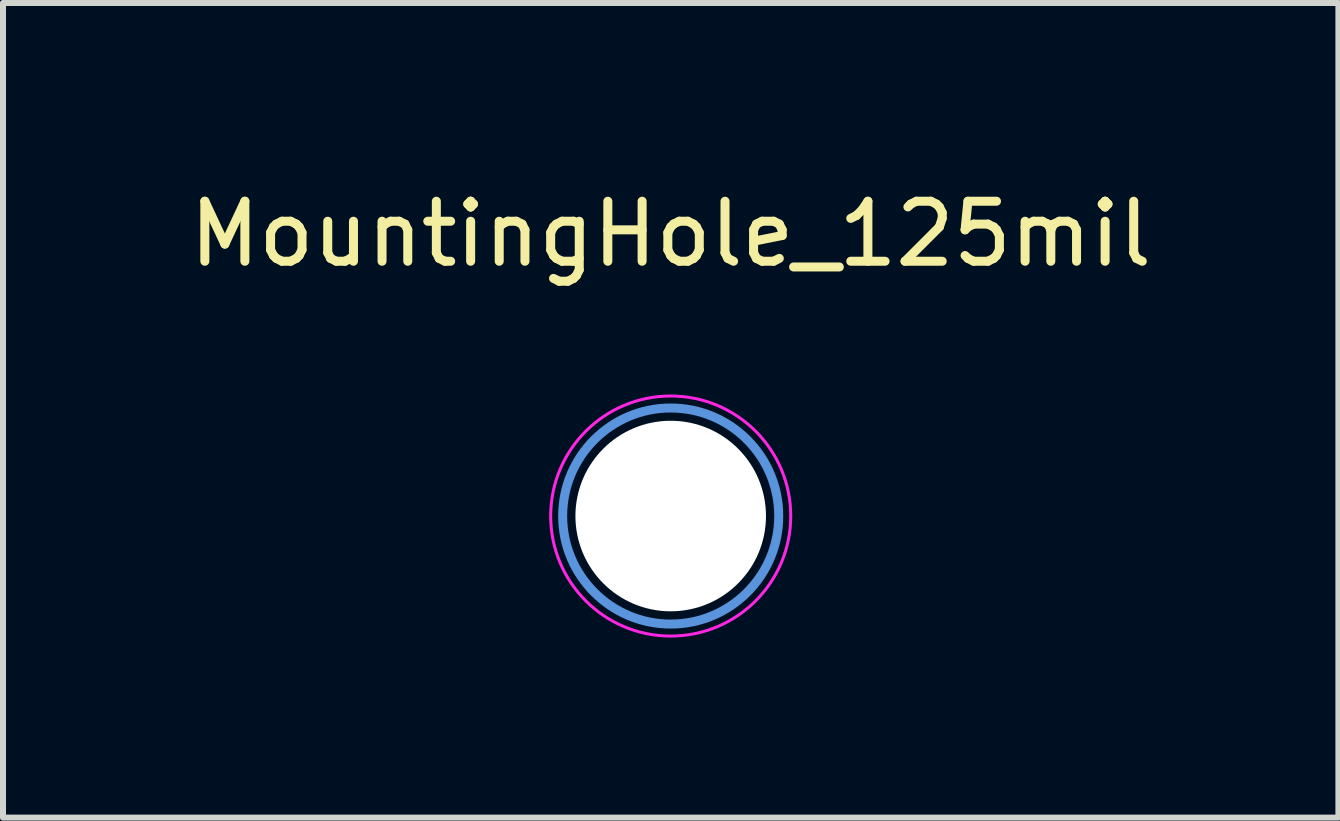
<source format=kicad_pcb>
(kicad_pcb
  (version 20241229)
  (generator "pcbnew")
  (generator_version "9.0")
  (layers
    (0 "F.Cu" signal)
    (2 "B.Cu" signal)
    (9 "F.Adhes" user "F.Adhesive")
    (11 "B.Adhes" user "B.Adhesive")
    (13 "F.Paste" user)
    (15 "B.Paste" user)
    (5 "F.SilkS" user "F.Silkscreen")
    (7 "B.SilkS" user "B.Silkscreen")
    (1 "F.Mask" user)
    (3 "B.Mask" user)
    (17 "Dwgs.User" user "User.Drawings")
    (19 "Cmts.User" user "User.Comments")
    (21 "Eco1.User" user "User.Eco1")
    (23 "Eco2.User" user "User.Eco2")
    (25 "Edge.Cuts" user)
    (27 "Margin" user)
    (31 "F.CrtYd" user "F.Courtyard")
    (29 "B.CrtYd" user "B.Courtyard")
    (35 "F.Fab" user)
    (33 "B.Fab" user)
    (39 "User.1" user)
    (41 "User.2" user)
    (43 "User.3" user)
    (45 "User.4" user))
  (footprint "MountingHole_125mil"
    (layer "F.Cu")
    (at 8.125 5.548)
    (property "Reference" "MountingHole_125mil" (at 0 -4.7 0) (layer "F.SilkS") (effects (font (size 1 1) (thickness 0.15))))
    (attr through_hole)
    (fp_circle (center 0 0) (end 1.8 0) (stroke (width 0.15) (type solid)) (fill no) (layer "Cmts.User"))
    (fp_circle (center 0 0) (end 2 0) (stroke (width 0.05) (type solid)) (fill no) (layer "F.CrtYd"))
    (pad "" np_thru_hole circle (at 0 0) (size 3.175 3.175) (drill 3.175) (layers "*.Cu" "*.Mask")))
  (gr_rect
    (start -3 -3)
    (end 19.25 10.573)
    (stroke (width 0.1) (type default))
    (fill no)
    (layer "Edge.Cuts")))
</source>
